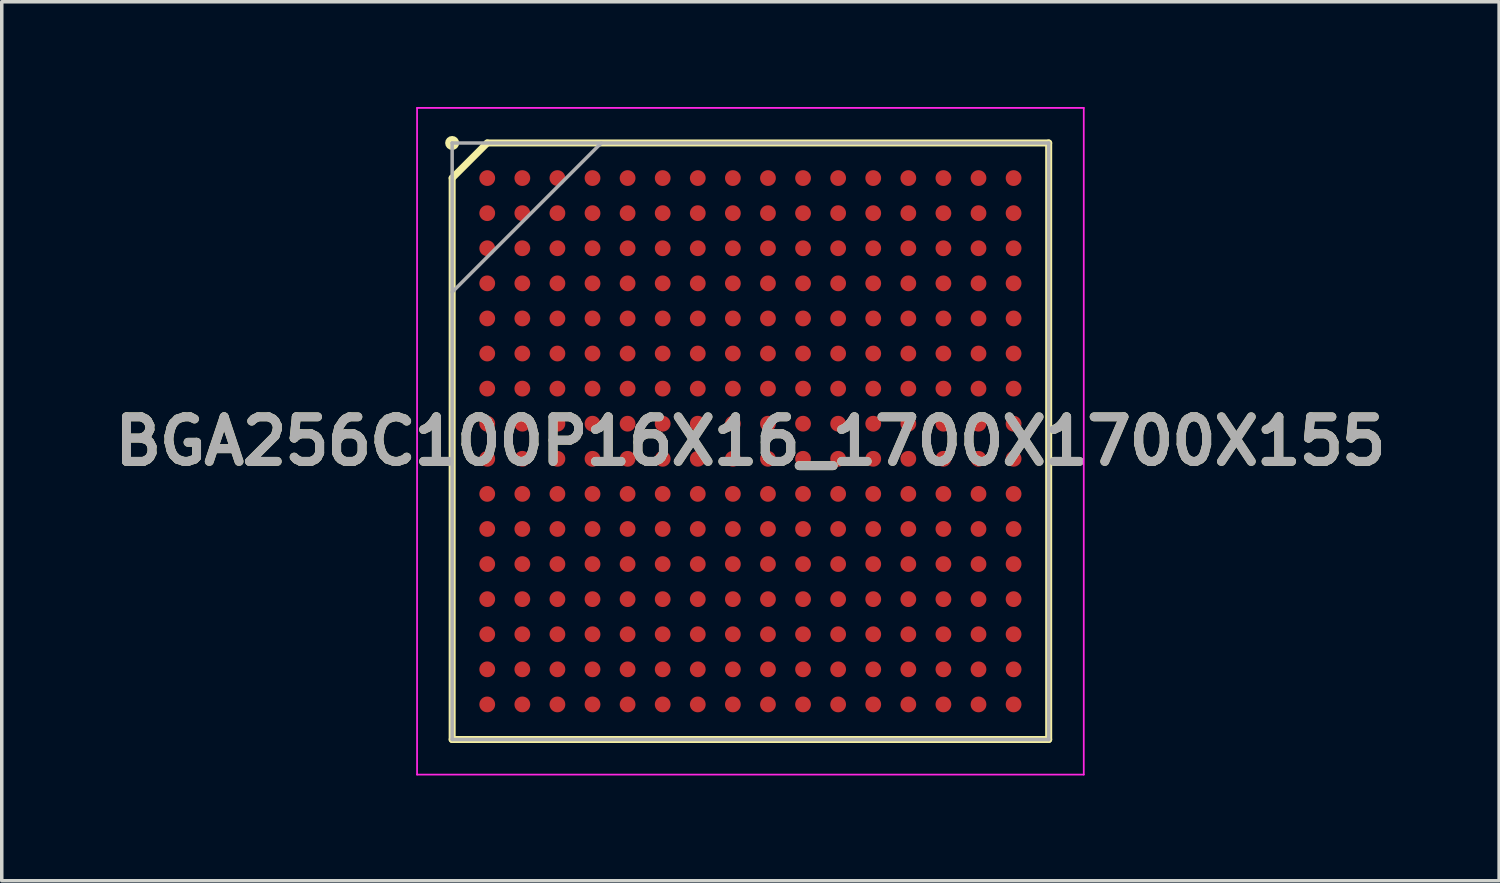
<source format=kicad_pcb>
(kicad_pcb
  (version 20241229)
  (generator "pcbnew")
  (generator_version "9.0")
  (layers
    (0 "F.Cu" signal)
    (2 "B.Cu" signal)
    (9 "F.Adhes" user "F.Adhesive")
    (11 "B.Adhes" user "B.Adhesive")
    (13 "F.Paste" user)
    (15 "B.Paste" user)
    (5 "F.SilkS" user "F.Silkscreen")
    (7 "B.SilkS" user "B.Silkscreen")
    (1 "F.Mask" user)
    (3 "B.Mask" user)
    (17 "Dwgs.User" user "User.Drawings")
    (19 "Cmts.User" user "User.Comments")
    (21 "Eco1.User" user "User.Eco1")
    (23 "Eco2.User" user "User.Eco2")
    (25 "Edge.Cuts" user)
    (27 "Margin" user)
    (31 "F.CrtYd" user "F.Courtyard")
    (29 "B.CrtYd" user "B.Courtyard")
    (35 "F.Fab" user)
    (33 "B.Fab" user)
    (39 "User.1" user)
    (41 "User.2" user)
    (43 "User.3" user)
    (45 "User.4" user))
  (footprint "BGA256C100P16X16_1700X1700X155"
    (layer "F.Cu")
    (at 18.336 9.525)
    (property "Reference" "BGA256C100P16X16_1700X1700X155" (at 0 0 0) (layer "F.SilkS") (effects (font (size 1.27 1.27) (thickness 0.254))))
    (attr smd)
    (fp_line (start -8.5 -7.5) (end -7.5 -8.5) (stroke (width 0.2) (type solid)) (layer "F.SilkS"))
    (fp_line (start -8.5 8.5) (end -8.5 -7.5) (stroke (width 0.2) (type solid)) (layer "F.SilkS"))
    (fp_line (start -7.5 -8.5) (end 8.5 -8.5) (stroke (width 0.2) (type solid)) (layer "F.SilkS"))
    (fp_line (start 8.5 -8.5) (end 8.5 8.5) (stroke (width 0.2) (type solid)) (layer "F.SilkS"))
    (fp_line (start 8.5 8.5) (end -8.5 8.5) (stroke (width 0.2) (type solid)) (layer "F.SilkS"))
    (fp_circle (center -8.5 -8.5) (end -8.5 -8.4) (stroke (width 0.2) (type solid)) (fill no) (layer "F.SilkS"))
    (fp_line (start -9.5 -9.5) (end 9.5 -9.5) (stroke (width 0.05) (type solid)) (layer "F.CrtYd"))
    (fp_line (start -9.5 9.5) (end -9.5 -9.5) (stroke (width 0.05) (type solid)) (layer "F.CrtYd"))
    (fp_line (start 9.5 -9.5) (end 9.5 9.5) (stroke (width 0.05) (type solid)) (layer "F.CrtYd"))
    (fp_line (start 9.5 9.5) (end -9.5 9.5) (stroke (width 0.05) (type solid)) (layer "F.CrtYd"))
    (fp_line (start -8.5 -8.5) (end 8.5 -8.5) (stroke (width 0.1) (type solid)) (layer "F.Fab"))
    (fp_line (start -8.5 -4.25) (end -4.25 -8.5) (stroke (width 0.1) (type solid)) (layer "F.Fab"))
    (fp_line (start -8.5 8.5) (end -8.5 -8.5) (stroke (width 0.1) (type solid)) (layer "F.Fab"))
    (fp_line (start 8.5 -8.5) (end 8.5 8.5) (stroke (width 0.1) (type solid)) (layer "F.Fab"))
    (fp_line (start 8.5 8.5) (end -8.5 8.5) (stroke (width 0.1) (type solid)) (layer "F.Fab"))
    (fp_text user "${REFERENCE}" (at 0 0 0) (layer "F.Fab") (effects (font (size 1.27 1.27) (thickness 0.254))))
    (pad "A1" smd circle (at -7.5 -7.5 90) (size 0.45 0.45) (layers "F.Cu" "F.Mask" "F.Paste"))
    (pad "A2" smd circle (at -6.5 -7.5 90) (size 0.45 0.45) (layers "F.Cu" "F.Mask" "F.Paste"))
    (pad "A3" smd circle (at -5.5 -7.5 90) (size 0.45 0.45) (layers "F.Cu" "F.Mask" "F.Paste"))
    (pad "A4" smd circle (at -4.5 -7.5 90) (size 0.45 0.45) (layers "F.Cu" "F.Mask" "F.Paste"))
    (pad "A5" smd circle (at -3.5 -7.5 90) (size 0.45 0.45) (layers "F.Cu" "F.Mask" "F.Paste"))
    (pad "A6" smd circle (at -2.5 -7.5 90) (size 0.45 0.45) (layers "F.Cu" "F.Mask" "F.Paste"))
    (pad "A7" smd circle (at -1.5 -7.5 90) (size 0.45 0.45) (layers "F.Cu" "F.Mask" "F.Paste"))
    (pad "A8" smd circle (at -0.5 -7.5 90) (size 0.45 0.45) (layers "F.Cu" "F.Mask" "F.Paste"))
    (pad "A9" smd circle (at 0.5 -7.5 90) (size 0.45 0.45) (layers "F.Cu" "F.Mask" "F.Paste"))
    (pad "A10" smd circle (at 1.5 -7.5 90) (size 0.45 0.45) (layers "F.Cu" "F.Mask" "F.Paste"))
    (pad "A11" smd circle (at 2.5 -7.5 90) (size 0.45 0.45) (layers "F.Cu" "F.Mask" "F.Paste"))
    (pad "A12" smd circle (at 3.5 -7.5 90) (size 0.45 0.45) (layers "F.Cu" "F.Mask" "F.Paste"))
    (pad "A13" smd circle (at 4.5 -7.5 90) (size 0.45 0.45) (layers "F.Cu" "F.Mask" "F.Paste"))
    (pad "A14" smd circle (at 5.5 -7.5 90) (size 0.45 0.45) (layers "F.Cu" "F.Mask" "F.Paste"))
    (pad "A15" smd circle (at 6.5 -7.5 90) (size 0.45 0.45) (layers "F.Cu" "F.Mask" "F.Paste"))
    (pad "A16" smd circle (at 7.5 -7.5 90) (size 0.45 0.45) (layers "F.Cu" "F.Mask" "F.Paste"))
    (pad "B1" smd circle (at -7.5 -6.5 90) (size 0.45 0.45) (layers "F.Cu" "F.Mask" "F.Paste"))
    (pad "B2" smd circle (at -6.5 -6.5 90) (size 0.45 0.45) (layers "F.Cu" "F.Mask" "F.Paste"))
    (pad "B3" smd circle (at -5.5 -6.5 90) (size 0.45 0.45) (layers "F.Cu" "F.Mask" "F.Paste"))
    (pad "B4" smd circle (at -4.5 -6.5 90) (size 0.45 0.45) (layers "F.Cu" "F.Mask" "F.Paste"))
    (pad "B5" smd circle (at -3.5 -6.5 90) (size 0.45 0.45) (layers "F.Cu" "F.Mask" "F.Paste"))
    (pad "B6" smd circle (at -2.5 -6.5 90) (size 0.45 0.45) (layers "F.Cu" "F.Mask" "F.Paste"))
    (pad "B7" smd circle (at -1.5 -6.5 90) (size 0.45 0.45) (layers "F.Cu" "F.Mask" "F.Paste"))
    (pad "B8" smd circle (at -0.5 -6.5 90) (size 0.45 0.45) (layers "F.Cu" "F.Mask" "F.Paste"))
    (pad "B9" smd circle (at 0.5 -6.5 90) (size 0.45 0.45) (layers "F.Cu" "F.Mask" "F.Paste"))
    (pad "B10" smd circle (at 1.5 -6.5 90) (size 0.45 0.45) (layers "F.Cu" "F.Mask" "F.Paste"))
    (pad "B11" smd circle (at 2.5 -6.5 90) (size 0.45 0.45) (layers "F.Cu" "F.Mask" "F.Paste"))
    (pad "B12" smd circle (at 3.5 -6.5 90) (size 0.45 0.45) (layers "F.Cu" "F.Mask" "F.Paste"))
    (pad "B13" smd circle (at 4.5 -6.5 90) (size 0.45 0.45) (layers "F.Cu" "F.Mask" "F.Paste"))
    (pad "B14" smd circle (at 5.5 -6.5 90) (size 0.45 0.45) (layers "F.Cu" "F.Mask" "F.Paste"))
    (pad "B15" smd circle (at 6.5 -6.5 90) (size 0.45 0.45) (layers "F.Cu" "F.Mask" "F.Paste"))
    (pad "B16" smd circle (at 7.5 -6.5 90) (size 0.45 0.45) (layers "F.Cu" "F.Mask" "F.Paste"))
    (pad "C1" smd circle (at -7.5 -5.5 90) (size 0.45 0.45) (layers "F.Cu" "F.Mask" "F.Paste"))
    (pad "C2" smd circle (at -6.5 -5.5 90) (size 0.45 0.45) (layers "F.Cu" "F.Mask" "F.Paste"))
    (pad "C3" smd circle (at -5.5 -5.5 90) (size 0.45 0.45) (layers "F.Cu" "F.Mask" "F.Paste"))
    (pad "C4" smd circle (at -4.5 -5.5 90) (size 0.45 0.45) (layers "F.Cu" "F.Mask" "F.Paste"))
    (pad "C5" smd circle (at -3.5 -5.5 90) (size 0.45 0.45) (layers "F.Cu" "F.Mask" "F.Paste"))
    (pad "C6" smd circle (at -2.5 -5.5 90) (size 0.45 0.45) (layers "F.Cu" "F.Mask" "F.Paste"))
    (pad "C7" smd circle (at -1.5 -5.5 90) (size 0.45 0.45) (layers "F.Cu" "F.Mask" "F.Paste"))
    (pad "C8" smd circle (at -0.5 -5.5 90) (size 0.45 0.45) (layers "F.Cu" "F.Mask" "F.Paste"))
    (pad "C9" smd circle (at 0.5 -5.5 90) (size 0.45 0.45) (layers "F.Cu" "F.Mask" "F.Paste"))
    (pad "C10" smd circle (at 1.5 -5.5 90) (size 0.45 0.45) (layers "F.Cu" "F.Mask" "F.Paste"))
    (pad "C11" smd circle (at 2.5 -5.5 90) (size 0.45 0.45) (layers "F.Cu" "F.Mask" "F.Paste"))
    (pad "C12" smd circle (at 3.5 -5.5 90) (size 0.45 0.45) (layers "F.Cu" "F.Mask" "F.Paste"))
    (pad "C13" smd circle (at 4.5 -5.5 90) (size 0.45 0.45) (layers "F.Cu" "F.Mask" "F.Paste"))
    (pad "C14" smd circle (at 5.5 -5.5 90) (size 0.45 0.45) (layers "F.Cu" "F.Mask" "F.Paste"))
    (pad "C15" smd circle (at 6.5 -5.5 90) (size 0.45 0.45) (layers "F.Cu" "F.Mask" "F.Paste"))
    (pad "C16" smd circle (at 7.5 -5.5 90) (size 0.45 0.45) (layers "F.Cu" "F.Mask" "F.Paste"))
    (pad "D1" smd circle (at -7.5 -4.5 90) (size 0.45 0.45) (layers "F.Cu" "F.Mask" "F.Paste"))
    (pad "D2" smd circle (at -6.5 -4.5 90) (size 0.45 0.45) (layers "F.Cu" "F.Mask" "F.Paste"))
    (pad "D3" smd circle (at -5.5 -4.5 90) (size 0.45 0.45) (layers "F.Cu" "F.Mask" "F.Paste"))
    (pad "D4" smd circle (at -4.5 -4.5 90) (size 0.45 0.45) (layers "F.Cu" "F.Mask" "F.Paste"))
    (pad "D5" smd circle (at -3.5 -4.5 90) (size 0.45 0.45) (layers "F.Cu" "F.Mask" "F.Paste"))
    (pad "D6" smd circle (at -2.5 -4.5 90) (size 0.45 0.45) (layers "F.Cu" "F.Mask" "F.Paste"))
    (pad "D7" smd circle (at -1.5 -4.5 90) (size 0.45 0.45) (layers "F.Cu" "F.Mask" "F.Paste"))
    (pad "D8" smd circle (at -0.5 -4.5 90) (size 0.45 0.45) (layers "F.Cu" "F.Mask" "F.Paste"))
    (pad "D9" smd circle (at 0.5 -4.5 90) (size 0.45 0.45) (layers "F.Cu" "F.Mask" "F.Paste"))
    (pad "D10" smd circle (at 1.5 -4.5 90) (size 0.45 0.45) (layers "F.Cu" "F.Mask" "F.Paste"))
    (pad "D11" smd circle (at 2.5 -4.5 90) (size 0.45 0.45) (layers "F.Cu" "F.Mask" "F.Paste"))
    (pad "D12" smd circle (at 3.5 -4.5 90) (size 0.45 0.45) (layers "F.Cu" "F.Mask" "F.Paste"))
    (pad "D13" smd circle (at 4.5 -4.5 90) (size 0.45 0.45) (layers "F.Cu" "F.Mask" "F.Paste"))
    (pad "D14" smd circle (at 5.5 -4.5 90) (size 0.45 0.45) (layers "F.Cu" "F.Mask" "F.Paste"))
    (pad "D15" smd circle (at 6.5 -4.5 90) (size 0.45 0.45) (layers "F.Cu" "F.Mask" "F.Paste"))
    (pad "D16" smd circle (at 7.5 -4.5 90) (size 0.45 0.45) (layers "F.Cu" "F.Mask" "F.Paste"))
    (pad "E1" smd circle (at -7.5 -3.5 90) (size 0.45 0.45) (layers "F.Cu" "F.Mask" "F.Paste"))
    (pad "E2" smd circle (at -6.5 -3.5 90) (size 0.45 0.45) (layers "F.Cu" "F.Mask" "F.Paste"))
    (pad "E3" smd circle (at -5.5 -3.5 90) (size 0.45 0.45) (layers "F.Cu" "F.Mask" "F.Paste"))
    (pad "E4" smd circle (at -4.5 -3.5 90) (size 0.45 0.45) (layers "F.Cu" "F.Mask" "F.Paste"))
    (pad "E5" smd circle (at -3.5 -3.5 90) (size 0.45 0.45) (layers "F.Cu" "F.Mask" "F.Paste"))
    (pad "E6" smd circle (at -2.5 -3.5 90) (size 0.45 0.45) (layers "F.Cu" "F.Mask" "F.Paste"))
    (pad "E7" smd circle (at -1.5 -3.5 90) (size 0.45 0.45) (layers "F.Cu" "F.Mask" "F.Paste"))
    (pad "E8" smd circle (at -0.5 -3.5 90) (size 0.45 0.45) (layers "F.Cu" "F.Mask" "F.Paste"))
    (pad "E9" smd circle (at 0.5 -3.5 90) (size 0.45 0.45) (layers "F.Cu" "F.Mask" "F.Paste"))
    (pad "E10" smd circle (at 1.5 -3.5 90) (size 0.45 0.45) (layers "F.Cu" "F.Mask" "F.Paste"))
    (pad "E11" smd circle (at 2.5 -3.5 90) (size 0.45 0.45) (layers "F.Cu" "F.Mask" "F.Paste"))
    (pad "E12" smd circle (at 3.5 -3.5 90) (size 0.45 0.45) (layers "F.Cu" "F.Mask" "F.Paste"))
    (pad "E13" smd circle (at 4.5 -3.5 90) (size 0.45 0.45) (layers "F.Cu" "F.Mask" "F.Paste"))
    (pad "E14" smd circle (at 5.5 -3.5 90) (size 0.45 0.45) (layers "F.Cu" "F.Mask" "F.Paste"))
    (pad "E15" smd circle (at 6.5 -3.5 90) (size 0.45 0.45) (layers "F.Cu" "F.Mask" "F.Paste"))
    (pad "E16" smd circle (at 7.5 -3.5 90) (size 0.45 0.45) (layers "F.Cu" "F.Mask" "F.Paste"))
    (pad "F1" smd circle (at -7.5 -2.5 90) (size 0.45 0.45) (layers "F.Cu" "F.Mask" "F.Paste"))
    (pad "F2" smd circle (at -6.5 -2.5 90) (size 0.45 0.45) (layers "F.Cu" "F.Mask" "F.Paste"))
    (pad "F3" smd circle (at -5.5 -2.5 90) (size 0.45 0.45) (layers "F.Cu" "F.Mask" "F.Paste"))
    (pad "F4" smd circle (at -4.5 -2.5 90) (size 0.45 0.45) (layers "F.Cu" "F.Mask" "F.Paste"))
    (pad "F5" smd circle (at -3.5 -2.5 90) (size 0.45 0.45) (layers "F.Cu" "F.Mask" "F.Paste"))
    (pad "F6" smd circle (at -2.5 -2.5 90) (size 0.45 0.45) (layers "F.Cu" "F.Mask" "F.Paste"))
    (pad "F7" smd circle (at -1.5 -2.5 90) (size 0.45 0.45) (layers "F.Cu" "F.Mask" "F.Paste"))
    (pad "F8" smd circle (at -0.5 -2.5 90) (size 0.45 0.45) (layers "F.Cu" "F.Mask" "F.Paste"))
    (pad "F9" smd circle (at 0.5 -2.5 90) (size 0.45 0.45) (layers "F.Cu" "F.Mask" "F.Paste"))
    (pad "F10" smd circle (at 1.5 -2.5 90) (size 0.45 0.45) (layers "F.Cu" "F.Mask" "F.Paste"))
    (pad "F11" smd circle (at 2.5 -2.5 90) (size 0.45 0.45) (layers "F.Cu" "F.Mask" "F.Paste"))
    (pad "F12" smd circle (at 3.5 -2.5 90) (size 0.45 0.45) (layers "F.Cu" "F.Mask" "F.Paste"))
    (pad "F13" smd circle (at 4.5 -2.5 90) (size 0.45 0.45) (layers "F.Cu" "F.Mask" "F.Paste"))
    (pad "F14" smd circle (at 5.5 -2.5 90) (size 0.45 0.45) (layers "F.Cu" "F.Mask" "F.Paste"))
    (pad "F15" smd circle (at 6.5 -2.5 90) (size 0.45 0.45) (layers "F.Cu" "F.Mask" "F.Paste"))
    (pad "F16" smd circle (at 7.5 -2.5 90) (size 0.45 0.45) (layers "F.Cu" "F.Mask" "F.Paste"))
    (pad "G1" smd circle (at -7.5 -1.5 90) (size 0.45 0.45) (layers "F.Cu" "F.Mask" "F.Paste"))
    (pad "G2" smd circle (at -6.5 -1.5 90) (size 0.45 0.45) (layers "F.Cu" "F.Mask" "F.Paste"))
    (pad "G3" smd circle (at -5.5 -1.5 90) (size 0.45 0.45) (layers "F.Cu" "F.Mask" "F.Paste"))
    (pad "G4" smd circle (at -4.5 -1.5 90) (size 0.45 0.45) (layers "F.Cu" "F.Mask" "F.Paste"))
    (pad "G5" smd circle (at -3.5 -1.5 90) (size 0.45 0.45) (layers "F.Cu" "F.Mask" "F.Paste"))
    (pad "G6" smd circle (at -2.5 -1.5 90) (size 0.45 0.45) (layers "F.Cu" "F.Mask" "F.Paste"))
    (pad "G7" smd circle (at -1.5 -1.5 90) (size 0.45 0.45) (layers "F.Cu" "F.Mask" "F.Paste"))
    (pad "G8" smd circle (at -0.5 -1.5 90) (size 0.45 0.45) (layers "F.Cu" "F.Mask" "F.Paste"))
    (pad "G9" smd circle (at 0.5 -1.5 90) (size 0.45 0.45) (layers "F.Cu" "F.Mask" "F.Paste"))
    (pad "G10" smd circle (at 1.5 -1.5 90) (size 0.45 0.45) (layers "F.Cu" "F.Mask" "F.Paste"))
    (pad "G11" smd circle (at 2.5 -1.5 90) (size 0.45 0.45) (layers "F.Cu" "F.Mask" "F.Paste"))
    (pad "G12" smd circle (at 3.5 -1.5 90) (size 0.45 0.45) (layers "F.Cu" "F.Mask" "F.Paste"))
    (pad "G13" smd circle (at 4.5 -1.5 90) (size 0.45 0.45) (layers "F.Cu" "F.Mask" "F.Paste"))
    (pad "G14" smd circle (at 5.5 -1.5 90) (size 0.45 0.45) (layers "F.Cu" "F.Mask" "F.Paste"))
    (pad "G15" smd circle (at 6.5 -1.5 90) (size 0.45 0.45) (layers "F.Cu" "F.Mask" "F.Paste"))
    (pad "G16" smd circle (at 7.5 -1.5 90) (size 0.45 0.45) (layers "F.Cu" "F.Mask" "F.Paste"))
    (pad "H1" smd circle (at -7.5 -0.5 90) (size 0.45 0.45) (layers "F.Cu" "F.Mask" "F.Paste"))
    (pad "H2" smd circle (at -6.5 -0.5 90) (size 0.45 0.45) (layers "F.Cu" "F.Mask" "F.Paste"))
    (pad "H3" smd circle (at -5.5 -0.5 90) (size 0.45 0.45) (layers "F.Cu" "F.Mask" "F.Paste"))
    (pad "H4" smd circle (at -4.5 -0.5 90) (size 0.45 0.45) (layers "F.Cu" "F.Mask" "F.Paste"))
    (pad "H5" smd circle (at -3.5 -0.5 90) (size 0.45 0.45) (layers "F.Cu" "F.Mask" "F.Paste"))
    (pad "H6" smd circle (at -2.5 -0.5 90) (size 0.45 0.45) (layers "F.Cu" "F.Mask" "F.Paste"))
    (pad "H7" smd circle (at -1.5 -0.5 90) (size 0.45 0.45) (layers "F.Cu" "F.Mask" "F.Paste"))
    (pad "H8" smd circle (at -0.5 -0.5 90) (size 0.45 0.45) (layers "F.Cu" "F.Mask" "F.Paste"))
    (pad "H9" smd circle (at 0.5 -0.5 90) (size 0.45 0.45) (layers "F.Cu" "F.Mask" "F.Paste"))
    (pad "H10" smd circle (at 1.5 -0.5 90) (size 0.45 0.45) (layers "F.Cu" "F.Mask" "F.Paste"))
    (pad "H11" smd circle (at 2.5 -0.5 90) (size 0.45 0.45) (layers "F.Cu" "F.Mask" "F.Paste"))
    (pad "H12" smd circle (at 3.5 -0.5 90) (size 0.45 0.45) (layers "F.Cu" "F.Mask" "F.Paste"))
    (pad "H13" smd circle (at 4.5 -0.5 90) (size 0.45 0.45) (layers "F.Cu" "F.Mask" "F.Paste"))
    (pad "H14" smd circle (at 5.5 -0.5 90) (size 0.45 0.45) (layers "F.Cu" "F.Mask" "F.Paste"))
    (pad "H15" smd circle (at 6.5 -0.5 90) (size 0.45 0.45) (layers "F.Cu" "F.Mask" "F.Paste"))
    (pad "H16" smd circle (at 7.5 -0.5 90) (size 0.45 0.45) (layers "F.Cu" "F.Mask" "F.Paste"))
    (pad "J1" smd circle (at -7.5 0.5 90) (size 0.45 0.45) (layers "F.Cu" "F.Mask" "F.Paste"))
    (pad "J2" smd circle (at -6.5 0.5 90) (size 0.45 0.45) (layers "F.Cu" "F.Mask" "F.Paste"))
    (pad "J3" smd circle (at -5.5 0.5 90) (size 0.45 0.45) (layers "F.Cu" "F.Mask" "F.Paste"))
    (pad "J4" smd circle (at -4.5 0.5 90) (size 0.45 0.45) (layers "F.Cu" "F.Mask" "F.Paste"))
    (pad "J5" smd circle (at -3.5 0.5 90) (size 0.45 0.45) (layers "F.Cu" "F.Mask" "F.Paste"))
    (pad "J6" smd circle (at -2.5 0.5 90) (size 0.45 0.45) (layers "F.Cu" "F.Mask" "F.Paste"))
    (pad "J7" smd circle (at -1.5 0.5 90) (size 0.45 0.45) (layers "F.Cu" "F.Mask" "F.Paste"))
    (pad "J8" smd circle (at -0.5 0.5 90) (size 0.45 0.45) (layers "F.Cu" "F.Mask" "F.Paste"))
    (pad "J9" smd circle (at 0.5 0.5 90) (size 0.45 0.45) (layers "F.Cu" "F.Mask" "F.Paste"))
    (pad "J10" smd circle (at 1.5 0.5 90) (size 0.45 0.45) (layers "F.Cu" "F.Mask" "F.Paste"))
    (pad "J11" smd circle (at 2.5 0.5 90) (size 0.45 0.45) (layers "F.Cu" "F.Mask" "F.Paste"))
    (pad "J12" smd circle (at 3.5 0.5 90) (size 0.45 0.45) (layers "F.Cu" "F.Mask" "F.Paste"))
    (pad "J13" smd circle (at 4.5 0.5 90) (size 0.45 0.45) (layers "F.Cu" "F.Mask" "F.Paste"))
    (pad "J14" smd circle (at 5.5 0.5 90) (size 0.45 0.45) (layers "F.Cu" "F.Mask" "F.Paste"))
    (pad "J15" smd circle (at 6.5 0.5 90) (size 0.45 0.45) (layers "F.Cu" "F.Mask" "F.Paste"))
    (pad "J16" smd circle (at 7.5 0.5 90) (size 0.45 0.45) (layers "F.Cu" "F.Mask" "F.Paste"))
    (pad "K1" smd circle (at -7.5 1.5 90) (size 0.45 0.45) (layers "F.Cu" "F.Mask" "F.Paste"))
    (pad "K2" smd circle (at -6.5 1.5 90) (size 0.45 0.45) (layers "F.Cu" "F.Mask" "F.Paste"))
    (pad "K3" smd circle (at -5.5 1.5 90) (size 0.45 0.45) (layers "F.Cu" "F.Mask" "F.Paste"))
    (pad "K4" smd circle (at -4.5 1.5 90) (size 0.45 0.45) (layers "F.Cu" "F.Mask" "F.Paste"))
    (pad "K5" smd circle (at -3.5 1.5 90) (size 0.45 0.45) (layers "F.Cu" "F.Mask" "F.Paste"))
    (pad "K6" smd circle (at -2.5 1.5 90) (size 0.45 0.45) (layers "F.Cu" "F.Mask" "F.Paste"))
    (pad "K7" smd circle (at -1.5 1.5 90) (size 0.45 0.45) (layers "F.Cu" "F.Mask" "F.Paste"))
    (pad "K8" smd circle (at -0.5 1.5 90) (size 0.45 0.45) (layers "F.Cu" "F.Mask" "F.Paste"))
    (pad "K9" smd circle (at 0.5 1.5 90) (size 0.45 0.45) (layers "F.Cu" "F.Mask" "F.Paste"))
    (pad "K10" smd circle (at 1.5 1.5 90) (size 0.45 0.45) (layers "F.Cu" "F.Mask" "F.Paste"))
    (pad "K11" smd circle (at 2.5 1.5 90) (size 0.45 0.45) (layers "F.Cu" "F.Mask" "F.Paste"))
    (pad "K12" smd circle (at 3.5 1.5 90) (size 0.45 0.45) (layers "F.Cu" "F.Mask" "F.Paste"))
    (pad "K13" smd circle (at 4.5 1.5 90) (size 0.45 0.45) (layers "F.Cu" "F.Mask" "F.Paste"))
    (pad "K14" smd circle (at 5.5 1.5 90) (size 0.45 0.45) (layers "F.Cu" "F.Mask" "F.Paste"))
    (pad "K15" smd circle (at 6.5 1.5 90) (size 0.45 0.45) (layers "F.Cu" "F.Mask" "F.Paste"))
    (pad "K16" smd circle (at 7.5 1.5 90) (size 0.45 0.45) (layers "F.Cu" "F.Mask" "F.Paste"))
    (pad "L1" smd circle (at -7.5 2.5 90) (size 0.45 0.45) (layers "F.Cu" "F.Mask" "F.Paste"))
    (pad "L2" smd circle (at -6.5 2.5 90) (size 0.45 0.45) (layers "F.Cu" "F.Mask" "F.Paste"))
    (pad "L3" smd circle (at -5.5 2.5 90) (size 0.45 0.45) (layers "F.Cu" "F.Mask" "F.Paste"))
    (pad "L4" smd circle (at -4.5 2.5 90) (size 0.45 0.45) (layers "F.Cu" "F.Mask" "F.Paste"))
    (pad "L5" smd circle (at -3.5 2.5 90) (size 0.45 0.45) (layers "F.Cu" "F.Mask" "F.Paste"))
    (pad "L6" smd circle (at -2.5 2.5 90) (size 0.45 0.45) (layers "F.Cu" "F.Mask" "F.Paste"))
    (pad "L7" smd circle (at -1.5 2.5 90) (size 0.45 0.45) (layers "F.Cu" "F.Mask" "F.Paste"))
    (pad "L8" smd circle (at -0.5 2.5 90) (size 0.45 0.45) (layers "F.Cu" "F.Mask" "F.Paste"))
    (pad "L9" smd circle (at 0.5 2.5 90) (size 0.45 0.45) (layers "F.Cu" "F.Mask" "F.Paste"))
    (pad "L10" smd circle (at 1.5 2.5 90) (size 0.45 0.45) (layers "F.Cu" "F.Mask" "F.Paste"))
    (pad "L11" smd circle (at 2.5 2.5 90) (size 0.45 0.45) (layers "F.Cu" "F.Mask" "F.Paste"))
    (pad "L12" smd circle (at 3.5 2.5 90) (size 0.45 0.45) (layers "F.Cu" "F.Mask" "F.Paste"))
    (pad "L13" smd circle (at 4.5 2.5 90) (size 0.45 0.45) (layers "F.Cu" "F.Mask" "F.Paste"))
    (pad "L14" smd circle (at 5.5 2.5 90) (size 0.45 0.45) (layers "F.Cu" "F.Mask" "F.Paste"))
    (pad "L15" smd circle (at 6.5 2.5 90) (size 0.45 0.45) (layers "F.Cu" "F.Mask" "F.Paste"))
    (pad "L16" smd circle (at 7.5 2.5 90) (size 0.45 0.45) (layers "F.Cu" "F.Mask" "F.Paste"))
    (pad "M1" smd circle (at -7.5 3.5 90) (size 0.45 0.45) (layers "F.Cu" "F.Mask" "F.Paste"))
    (pad "M2" smd circle (at -6.5 3.5 90) (size 0.45 0.45) (layers "F.Cu" "F.Mask" "F.Paste"))
    (pad "M3" smd circle (at -5.5 3.5 90) (size 0.45 0.45) (layers "F.Cu" "F.Mask" "F.Paste"))
    (pad "M4" smd circle (at -4.5 3.5 90) (size 0.45 0.45) (layers "F.Cu" "F.Mask" "F.Paste"))
    (pad "M5" smd circle (at -3.5 3.5 90) (size 0.45 0.45) (layers "F.Cu" "F.Mask" "F.Paste"))
    (pad "M6" smd circle (at -2.5 3.5 90) (size 0.45 0.45) (layers "F.Cu" "F.Mask" "F.Paste"))
    (pad "M7" smd circle (at -1.5 3.5 90) (size 0.45 0.45) (layers "F.Cu" "F.Mask" "F.Paste"))
    (pad "M8" smd circle (at -0.5 3.5 90) (size 0.45 0.45) (layers "F.Cu" "F.Mask" "F.Paste"))
    (pad "M9" smd circle (at 0.5 3.5 90) (size 0.45 0.45) (layers "F.Cu" "F.Mask" "F.Paste"))
    (pad "M10" smd circle (at 1.5 3.5 90) (size 0.45 0.45) (layers "F.Cu" "F.Mask" "F.Paste"))
    (pad "M11" smd circle (at 2.5 3.5 90) (size 0.45 0.45) (layers "F.Cu" "F.Mask" "F.Paste"))
    (pad "M12" smd circle (at 3.5 3.5 90) (size 0.45 0.45) (layers "F.Cu" "F.Mask" "F.Paste"))
    (pad "M13" smd circle (at 4.5 3.5 90) (size 0.45 0.45) (layers "F.Cu" "F.Mask" "F.Paste"))
    (pad "M14" smd circle (at 5.5 3.5 90) (size 0.45 0.45) (layers "F.Cu" "F.Mask" "F.Paste"))
    (pad "M15" smd circle (at 6.5 3.5 90) (size 0.45 0.45) (layers "F.Cu" "F.Mask" "F.Paste"))
    (pad "M16" smd circle (at 7.5 3.5 90) (size 0.45 0.45) (layers "F.Cu" "F.Mask" "F.Paste"))
    (pad "N1" smd circle (at -7.5 4.5 90) (size 0.45 0.45) (layers "F.Cu" "F.Mask" "F.Paste"))
    (pad "N2" smd circle (at -6.5 4.5 90) (size 0.45 0.45) (layers "F.Cu" "F.Mask" "F.Paste"))
    (pad "N3" smd circle (at -5.5 4.5 90) (size 0.45 0.45) (layers "F.Cu" "F.Mask" "F.Paste"))
    (pad "N4" smd circle (at -4.5 4.5 90) (size 0.45 0.45) (layers "F.Cu" "F.Mask" "F.Paste"))
    (pad "N5" smd circle (at -3.5 4.5 90) (size 0.45 0.45) (layers "F.Cu" "F.Mask" "F.Paste"))
    (pad "N6" smd circle (at -2.5 4.5 90) (size 0.45 0.45) (layers "F.Cu" "F.Mask" "F.Paste"))
    (pad "N7" smd circle (at -1.5 4.5 90) (size 0.45 0.45) (layers "F.Cu" "F.Mask" "F.Paste"))
    (pad "N8" smd circle (at -0.5 4.5 90) (size 0.45 0.45) (layers "F.Cu" "F.Mask" "F.Paste"))
    (pad "N9" smd circle (at 0.5 4.5 90) (size 0.45 0.45) (layers "F.Cu" "F.Mask" "F.Paste"))
    (pad "N10" smd circle (at 1.5 4.5 90) (size 0.45 0.45) (layers "F.Cu" "F.Mask" "F.Paste"))
    (pad "N11" smd circle (at 2.5 4.5 90) (size 0.45 0.45) (layers "F.Cu" "F.Mask" "F.Paste"))
    (pad "N12" smd circle (at 3.5 4.5 90) (size 0.45 0.45) (layers "F.Cu" "F.Mask" "F.Paste"))
    (pad "N13" smd circle (at 4.5 4.5 90) (size 0.45 0.45) (layers "F.Cu" "F.Mask" "F.Paste"))
    (pad "N14" smd circle (at 5.5 4.5 90) (size 0.45 0.45) (layers "F.Cu" "F.Mask" "F.Paste"))
    (pad "N15" smd circle (at 6.5 4.5 90) (size 0.45 0.45) (layers "F.Cu" "F.Mask" "F.Paste"))
    (pad "N16" smd circle (at 7.5 4.5 90) (size 0.45 0.45) (layers "F.Cu" "F.Mask" "F.Paste"))
    (pad "P1" smd circle (at -7.5 5.5 90) (size 0.45 0.45) (layers "F.Cu" "F.Mask" "F.Paste"))
    (pad "P2" smd circle (at -6.5 5.5 90) (size 0.45 0.45) (layers "F.Cu" "F.Mask" "F.Paste"))
    (pad "P3" smd circle (at -5.5 5.5 90) (size 0.45 0.45) (layers "F.Cu" "F.Mask" "F.Paste"))
    (pad "P4" smd circle (at -4.5 5.5 90) (size 0.45 0.45) (layers "F.Cu" "F.Mask" "F.Paste"))
    (pad "P5" smd circle (at -3.5 5.5 90) (size 0.45 0.45) (layers "F.Cu" "F.Mask" "F.Paste"))
    (pad "P6" smd circle (at -2.5 5.5 90) (size 0.45 0.45) (layers "F.Cu" "F.Mask" "F.Paste"))
    (pad "P7" smd circle (at -1.5 5.5 90) (size 0.45 0.45) (layers "F.Cu" "F.Mask" "F.Paste"))
    (pad "P8" smd circle (at -0.5 5.5 90) (size 0.45 0.45) (layers "F.Cu" "F.Mask" "F.Paste"))
    (pad "P9" smd circle (at 0.5 5.5 90) (size 0.45 0.45) (layers "F.Cu" "F.Mask" "F.Paste"))
    (pad "P10" smd circle (at 1.5 5.5 90) (size 0.45 0.45) (layers "F.Cu" "F.Mask" "F.Paste"))
    (pad "P11" smd circle (at 2.5 5.5 90) (size 0.45 0.45) (layers "F.Cu" "F.Mask" "F.Paste"))
    (pad "P12" smd circle (at 3.5 5.5 90) (size 0.45 0.45) (layers "F.Cu" "F.Mask" "F.Paste"))
    (pad "P13" smd circle (at 4.5 5.5 90) (size 0.45 0.45) (layers "F.Cu" "F.Mask" "F.Paste"))
    (pad "P14" smd circle (at 5.5 5.5 90) (size 0.45 0.45) (layers "F.Cu" "F.Mask" "F.Paste"))
    (pad "P15" smd circle (at 6.5 5.5 90) (size 0.45 0.45) (layers "F.Cu" "F.Mask" "F.Paste"))
    (pad "P16" smd circle (at 7.5 5.5 90) (size 0.45 0.45) (layers "F.Cu" "F.Mask" "F.Paste"))
    (pad "R1" smd circle (at -7.5 6.5 90) (size 0.45 0.45) (layers "F.Cu" "F.Mask" "F.Paste"))
    (pad "R2" smd circle (at -6.5 6.5 90) (size 0.45 0.45) (layers "F.Cu" "F.Mask" "F.Paste"))
    (pad "R3" smd circle (at -5.5 6.5 90) (size 0.45 0.45) (layers "F.Cu" "F.Mask" "F.Paste"))
    (pad "R4" smd circle (at -4.5 6.5 90) (size 0.45 0.45) (layers "F.Cu" "F.Mask" "F.Paste"))
    (pad "R5" smd circle (at -3.5 6.5 90) (size 0.45 0.45) (layers "F.Cu" "F.Mask" "F.Paste"))
    (pad "R6" smd circle (at -2.5 6.5 90) (size 0.45 0.45) (layers "F.Cu" "F.Mask" "F.Paste"))
    (pad "R7" smd circle (at -1.5 6.5 90) (size 0.45 0.45) (layers "F.Cu" "F.Mask" "F.Paste"))
    (pad "R8" smd circle (at -0.5 6.5 90) (size 0.45 0.45) (layers "F.Cu" "F.Mask" "F.Paste"))
    (pad "R9" smd circle (at 0.5 6.5 90) (size 0.45 0.45) (layers "F.Cu" "F.Mask" "F.Paste"))
    (pad "R10" smd circle (at 1.5 6.5 90) (size 0.45 0.45) (layers "F.Cu" "F.Mask" "F.Paste"))
    (pad "R11" smd circle (at 2.5 6.5 90) (size 0.45 0.45) (layers "F.Cu" "F.Mask" "F.Paste"))
    (pad "R12" smd circle (at 3.5 6.5 90) (size 0.45 0.45) (layers "F.Cu" "F.Mask" "F.Paste"))
    (pad "R13" smd circle (at 4.5 6.5 90) (size 0.45 0.45) (layers "F.Cu" "F.Mask" "F.Paste"))
    (pad "R14" smd circle (at 5.5 6.5 90) (size 0.45 0.45) (layers "F.Cu" "F.Mask" "F.Paste"))
    (pad "R15" smd circle (at 6.5 6.5 90) (size 0.45 0.45) (layers "F.Cu" "F.Mask" "F.Paste"))
    (pad "R16" smd circle (at 7.5 6.5 90) (size 0.45 0.45) (layers "F.Cu" "F.Mask" "F.Paste"))
    (pad "T1" smd circle (at -7.5 7.5 90) (size 0.45 0.45) (layers "F.Cu" "F.Mask" "F.Paste"))
    (pad "T2" smd circle (at -6.5 7.5 90) (size 0.45 0.45) (layers "F.Cu" "F.Mask" "F.Paste"))
    (pad "T3" smd circle (at -5.5 7.5 90) (size 0.45 0.45) (layers "F.Cu" "F.Mask" "F.Paste"))
    (pad "T4" smd circle (at -4.5 7.5 90) (size 0.45 0.45) (layers "F.Cu" "F.Mask" "F.Paste"))
    (pad "T5" smd circle (at -3.5 7.5 90) (size 0.45 0.45) (layers "F.Cu" "F.Mask" "F.Paste"))
    (pad "T6" smd circle (at -2.5 7.5 90) (size 0.45 0.45) (layers "F.Cu" "F.Mask" "F.Paste"))
    (pad "T7" smd circle (at -1.5 7.5 90) (size 0.45 0.45) (layers "F.Cu" "F.Mask" "F.Paste"))
    (pad "T8" smd circle (at -0.5 7.5 90) (size 0.45 0.45) (layers "F.Cu" "F.Mask" "F.Paste"))
    (pad "T9" smd circle (at 0.5 7.5 90) (size 0.45 0.45) (layers "F.Cu" "F.Mask" "F.Paste"))
    (pad "T10" smd circle (at 1.5 7.5 90) (size 0.45 0.45) (layers "F.Cu" "F.Mask" "F.Paste"))
    (pad "T11" smd circle (at 2.5 7.5 90) (size 0.45 0.45) (layers "F.Cu" "F.Mask" "F.Paste"))
    (pad "T12" smd circle (at 3.5 7.5 90) (size 0.45 0.45) (layers "F.Cu" "F.Mask" "F.Paste"))
    (pad "T13" smd circle (at 4.5 7.5 90) (size 0.45 0.45) (layers "F.Cu" "F.Mask" "F.Paste"))
    (pad "T14" smd circle (at 5.5 7.5 90) (size 0.45 0.45) (layers "F.Cu" "F.Mask" "F.Paste"))
    (pad "T15" smd circle (at 6.5 7.5 90) (size 0.45 0.45) (layers "F.Cu" "F.Mask" "F.Paste"))
    (pad "T16" smd circle (at 7.5 7.5 90) (size 0.45 0.45) (layers "F.Cu" "F.Mask" "F.Paste")))
  (gr_rect
    (start -3 -3)
    (end 39.673 22.05)
    (stroke (width 0.1) (type default))
    (fill no)
    (layer "Edge.Cuts")))
</source>
